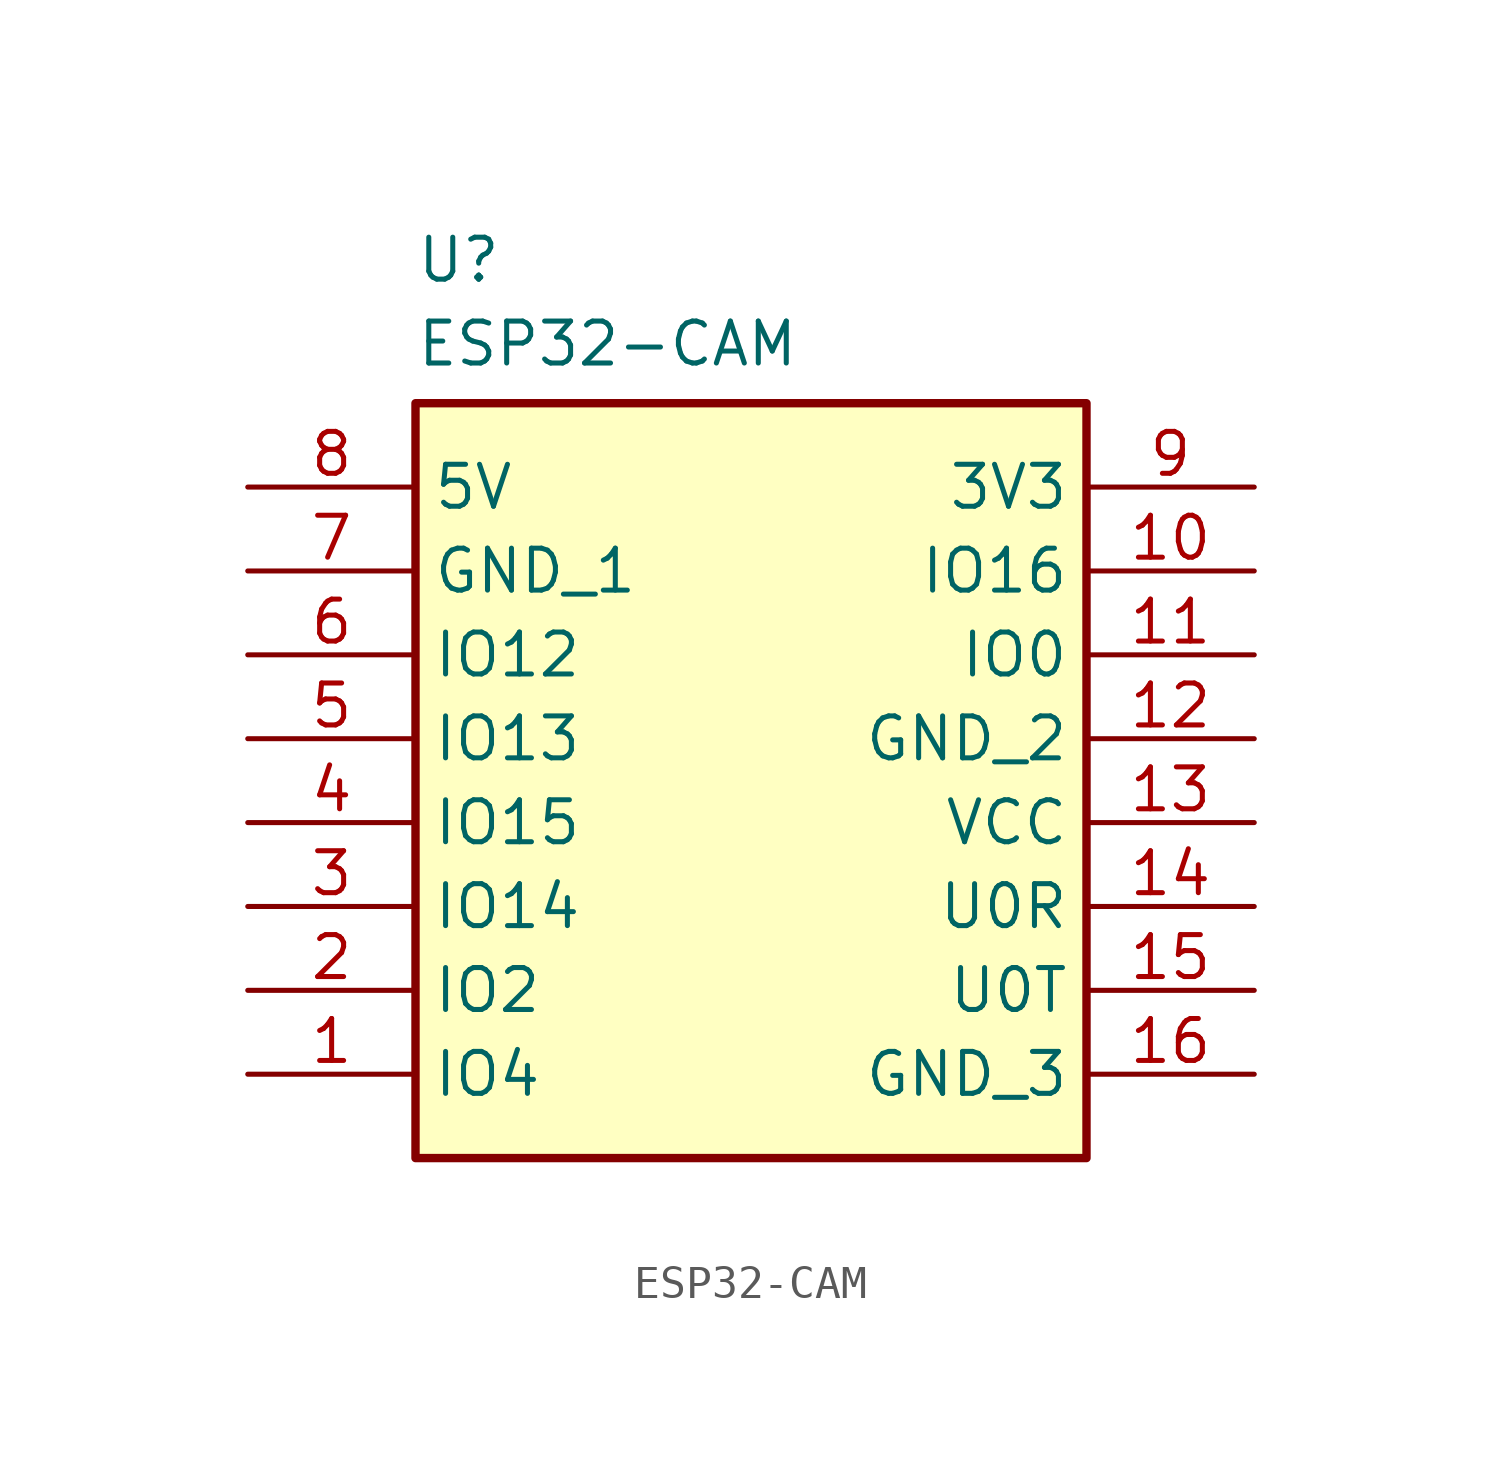
<source format=kicad_sym>
(kicad_symbol_lib
  (version 20220914)
  (generator kicad_symbol_editor)
  (symbol "ESP32-CAM"
    (property "Reference" "U"
      (at -10.16 11.43 0)
      (effects (font (size 1.27 1.27)) (justify left top)))
    (property "Value" "ESP32-CAM"
      (at -10.16 8.89 0)
      (effects (font (size 1.27 1.27)) (justify left top)))
    (symbol "ESP32-CAM_1_1"
      (rectangle (start -10.16 6.35) (end 10.16 -16.51) (stroke (width 0.254) (type default)) (fill (type background)))
      (pin passive line (at -15.24 -13.97 0) (length 5.08) (name "IO4" (effects (font (size 1.27 1.27)))) (number "1" (effects (font (size 1.27 1.27)))))
      (pin passive line (at 15.24 1.27 180) (length 5.08) (name "IO16" (effects (font (size 1.27 1.27)))) (number "10" (effects (font (size 1.27 1.27)))))
      (pin passive line (at 15.24 -1.27 180) (length 5.08) (name "IO0" (effects (font (size 1.27 1.27)))) (number "11" (effects (font (size 1.27 1.27)))))
      (pin passive line (at 15.24 -3.81 180) (length 5.08) (name "GND_2" (effects (font (size 1.27 1.27)))) (number "12" (effects (font (size 1.27 1.27)))))
      (pin passive line (at 15.24 -6.35 180) (length 5.08) (name "VCC" (effects (font (size 1.27 1.27)))) (number "13" (effects (font (size 1.27 1.27)))))
      (pin passive line (at 15.24 -8.89 180) (length 5.08) (name "U0R" (effects (font (size 1.27 1.27)))) (number "14" (effects (font (size 1.27 1.27)))))
      (pin passive line (at 15.24 -11.43 180) (length 5.08) (name "U0T" (effects (font (size 1.27 1.27)))) (number "15" (effects (font (size 1.27 1.27)))))
      (pin passive line (at 15.24 -13.97 180) (length 5.08) (name "GND_3" (effects (font (size 1.27 1.27)))) (number "16" (effects (font (size 1.27 1.27)))))
      (pin passive line (at -15.24 -11.43 0) (length 5.08) (name "IO2" (effects (font (size 1.27 1.27)))) (number "2" (effects (font (size 1.27 1.27)))))
      (pin passive line (at -15.24 -8.89 0) (length 5.08) (name "IO14" (effects (font (size 1.27 1.27)))) (number "3" (effects (font (size 1.27 1.27)))))
      (pin passive line (at -15.24 -6.35 0) (length 5.08) (name "IO15" (effects (font (size 1.27 1.27)))) (number "4" (effects (font (size 1.27 1.27)))))
      (pin passive line (at -15.24 -3.81 0) (length 5.08) (name "IO13" (effects (font (size 1.27 1.27)))) (number "5" (effects (font (size 1.27 1.27)))))
      (pin passive line (at -15.24 -1.27 0) (length 5.08) (name "IO12" (effects (font (size 1.27 1.27)))) (number "6" (effects (font (size 1.27 1.27)))))
      (pin passive line (at -15.24 1.27 0) (length 5.08) (name "GND_1" (effects (font (size 1.27 1.27)))) (number "7" (effects (font (size 1.27 1.27)))))
      (pin passive line (at -15.24 3.81 0) (length 5.08) (name "5V" (effects (font (size 1.27 1.27)))) (number "8" (effects (font (size 1.27 1.27)))))
      (pin passive line (at 15.24 3.81 180) (length 5.08) (name "3V3" (effects (font (size 1.27 1.27)))) (number "9" (effects (font (size 1.27 1.27))))))))
</source>
